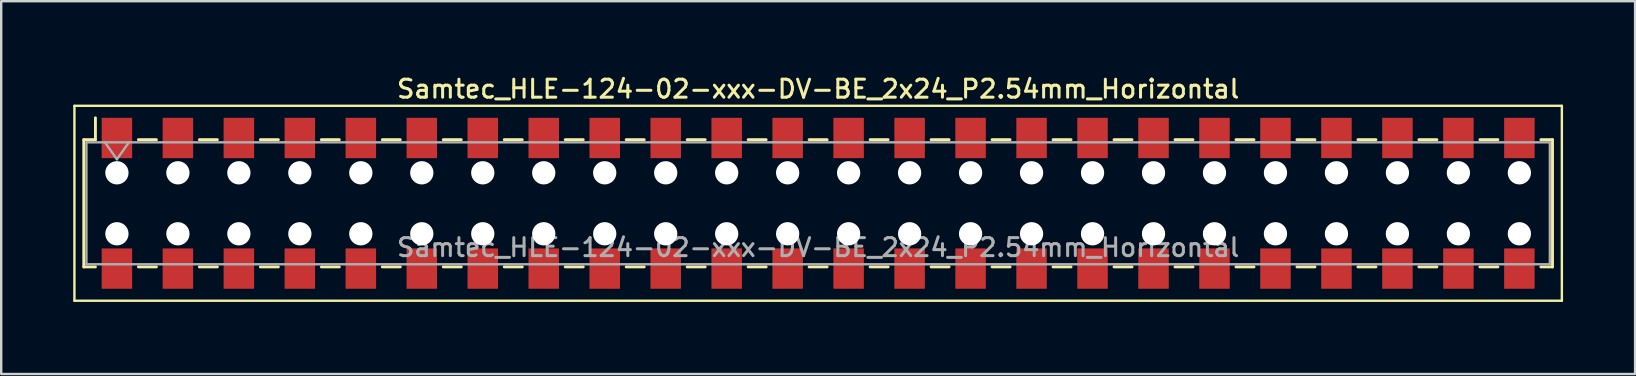
<source format=kicad_pcb>
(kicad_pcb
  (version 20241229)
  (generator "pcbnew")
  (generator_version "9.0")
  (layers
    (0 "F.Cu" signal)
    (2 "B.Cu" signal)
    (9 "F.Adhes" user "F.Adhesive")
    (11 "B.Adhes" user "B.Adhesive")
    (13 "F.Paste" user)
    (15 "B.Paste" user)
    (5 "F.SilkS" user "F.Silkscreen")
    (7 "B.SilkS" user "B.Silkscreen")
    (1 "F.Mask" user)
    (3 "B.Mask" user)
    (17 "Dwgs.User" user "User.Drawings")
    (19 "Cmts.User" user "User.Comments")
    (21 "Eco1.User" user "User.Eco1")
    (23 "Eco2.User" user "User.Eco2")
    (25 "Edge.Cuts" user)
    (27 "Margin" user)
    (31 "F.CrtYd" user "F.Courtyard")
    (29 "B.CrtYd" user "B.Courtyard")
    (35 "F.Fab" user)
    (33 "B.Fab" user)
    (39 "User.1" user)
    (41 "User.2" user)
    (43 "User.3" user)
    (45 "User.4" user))
  (footprint "Samtec_HLE-124-02-xxx-DV-BE_2x24_P2.54mm_Horizontal"
    (layer "F.Cu")
    (at 31.03 5.418)
    (property "Reference" "Samtec_HLE-124-02-xxx-DV-BE_2x24_P2.54mm_Horizontal" (at 0 -4.76 0) (layer "F.SilkS") (effects (font (size 0.75 0.75) (thickness 0.125))))
    (attr smd)
    (fp_line (start -30.98 -4.06) (end 30.98 -4.06) (stroke (width 0.1) (type solid)) (layer "F.SilkS"))
    (fp_line (start -30.98 4.06) (end -30.98 -4.06) (stroke (width 0.1) (type solid)) (layer "F.SilkS"))
    (fp_line (start -30.59 -2.65) (end -30.59 2.65) (stroke (width 0.12) (type solid)) (layer "F.SilkS"))
    (fp_line (start -30.59 2.65) (end -30.105 2.65) (stroke (width 0.12) (type solid)) (layer "F.SilkS"))
    (fp_line (start -30.105 -3.56) (end -30.105 -2.65) (stroke (width 0.12) (type solid)) (layer "F.SilkS"))
    (fp_line (start -30.105 -2.65) (end -30.59 -2.65) (stroke (width 0.12) (type solid)) (layer "F.SilkS"))
    (fp_line (start -28.315 -2.65) (end -27.565 -2.65) (stroke (width 0.12) (type solid)) (layer "F.SilkS"))
    (fp_line (start -28.315 2.65) (end -27.565 2.65) (stroke (width 0.12) (type solid)) (layer "F.SilkS"))
    (fp_line (start -25.775 -2.65) (end -25.025 -2.65) (stroke (width 0.12) (type solid)) (layer "F.SilkS"))
    (fp_line (start -25.775 2.65) (end -25.025 2.65) (stroke (width 0.12) (type solid)) (layer "F.SilkS"))
    (fp_line (start -23.235 -2.65) (end -22.485 -2.65) (stroke (width 0.12) (type solid)) (layer "F.SilkS"))
    (fp_line (start -23.235 2.65) (end -22.485 2.65) (stroke (width 0.12) (type solid)) (layer "F.SilkS"))
    (fp_line (start -20.695 -2.65) (end -19.945 -2.65) (stroke (width 0.12) (type solid)) (layer "F.SilkS"))
    (fp_line (start -20.695 2.65) (end -19.945 2.65) (stroke (width 0.12) (type solid)) (layer "F.SilkS"))
    (fp_line (start -18.155 -2.65) (end -17.405 -2.65) (stroke (width 0.12) (type solid)) (layer "F.SilkS"))
    (fp_line (start -18.155 2.65) (end -17.405 2.65) (stroke (width 0.12) (type solid)) (layer "F.SilkS"))
    (fp_line (start -15.615 -2.65) (end -14.865 -2.65) (stroke (width 0.12) (type solid)) (layer "F.SilkS"))
    (fp_line (start -15.615 2.65) (end -14.865 2.65) (stroke (width 0.12) (type solid)) (layer "F.SilkS"))
    (fp_line (start -13.075 -2.65) (end -12.325 -2.65) (stroke (width 0.12) (type solid)) (layer "F.SilkS"))
    (fp_line (start -13.075 2.65) (end -12.325 2.65) (stroke (width 0.12) (type solid)) (layer "F.SilkS"))
    (fp_line (start -10.535 -2.65) (end -9.785 -2.65) (stroke (width 0.12) (type solid)) (layer "F.SilkS"))
    (fp_line (start -10.535 2.65) (end -9.785 2.65) (stroke (width 0.12) (type solid)) (layer "F.SilkS"))
    (fp_line (start -7.995 -2.65) (end -7.245 -2.65) (stroke (width 0.12) (type solid)) (layer "F.SilkS"))
    (fp_line (start -7.995 2.65) (end -7.245 2.65) (stroke (width 0.12) (type solid)) (layer "F.SilkS"))
    (fp_line (start -5.455 -2.65) (end -4.705 -2.65) (stroke (width 0.12) (type solid)) (layer "F.SilkS"))
    (fp_line (start -5.455 2.65) (end -4.705 2.65) (stroke (width 0.12) (type solid)) (layer "F.SilkS"))
    (fp_line (start -2.915 -2.65) (end -2.165 -2.65) (stroke (width 0.12) (type solid)) (layer "F.SilkS"))
    (fp_line (start -2.915 2.65) (end -2.165 2.65) (stroke (width 0.12) (type solid)) (layer "F.SilkS"))
    (fp_line (start -0.375 -2.65) (end 0.375 -2.65) (stroke (width 0.12) (type solid)) (layer "F.SilkS"))
    (fp_line (start -0.375 2.65) (end 0.375 2.65) (stroke (width 0.12) (type solid)) (layer "F.SilkS"))
    (fp_line (start 2.165 -2.65) (end 2.915 -2.65) (stroke (width 0.12) (type solid)) (layer "F.SilkS"))
    (fp_line (start 2.165 2.65) (end 2.915 2.65) (stroke (width 0.12) (type solid)) (layer "F.SilkS"))
    (fp_line (start 4.705 -2.65) (end 5.455 -2.65) (stroke (width 0.12) (type solid)) (layer "F.SilkS"))
    (fp_line (start 4.705 2.65) (end 5.455 2.65) (stroke (width 0.12) (type solid)) (layer "F.SilkS"))
    (fp_line (start 7.245 -2.65) (end 7.995 -2.65) (stroke (width 0.12) (type solid)) (layer "F.SilkS"))
    (fp_line (start 7.245 2.65) (end 7.995 2.65) (stroke (width 0.12) (type solid)) (layer "F.SilkS"))
    (fp_line (start 9.785 -2.65) (end 10.535 -2.65) (stroke (width 0.12) (type solid)) (layer "F.SilkS"))
    (fp_line (start 9.785 2.65) (end 10.535 2.65) (stroke (width 0.12) (type solid)) (layer "F.SilkS"))
    (fp_line (start 12.325 -2.65) (end 13.075 -2.65) (stroke (width 0.12) (type solid)) (layer "F.SilkS"))
    (fp_line (start 12.325 2.65) (end 13.075 2.65) (stroke (width 0.12) (type solid)) (layer "F.SilkS"))
    (fp_line (start 14.865 -2.65) (end 15.615 -2.65) (stroke (width 0.12) (type solid)) (layer "F.SilkS"))
    (fp_line (start 14.865 2.65) (end 15.615 2.65) (stroke (width 0.12) (type solid)) (layer "F.SilkS"))
    (fp_line (start 17.405 -2.65) (end 18.155 -2.65) (stroke (width 0.12) (type solid)) (layer "F.SilkS"))
    (fp_line (start 17.405 2.65) (end 18.155 2.65) (stroke (width 0.12) (type solid)) (layer "F.SilkS"))
    (fp_line (start 19.945 -2.65) (end 20.695 -2.65) (stroke (width 0.12) (type solid)) (layer "F.SilkS"))
    (fp_line (start 19.945 2.65) (end 20.695 2.65) (stroke (width 0.12) (type solid)) (layer "F.SilkS"))
    (fp_line (start 22.485 -2.65) (end 23.235 -2.65) (stroke (width 0.12) (type solid)) (layer "F.SilkS"))
    (fp_line (start 22.485 2.65) (end 23.235 2.65) (stroke (width 0.12) (type solid)) (layer "F.SilkS"))
    (fp_line (start 25.025 -2.65) (end 25.775 -2.65) (stroke (width 0.12) (type solid)) (layer "F.SilkS"))
    (fp_line (start 25.025 2.65) (end 25.775 2.65) (stroke (width 0.12) (type solid)) (layer "F.SilkS"))
    (fp_line (start 27.565 -2.65) (end 28.315 -2.65) (stroke (width 0.12) (type solid)) (layer "F.SilkS"))
    (fp_line (start 27.565 2.65) (end 28.315 2.65) (stroke (width 0.12) (type solid)) (layer "F.SilkS"))
    (fp_line (start 30.105 -2.65) (end 30.59 -2.65) (stroke (width 0.12) (type solid)) (layer "F.SilkS"))
    (fp_line (start 30.59 -2.65) (end 30.59 2.65) (stroke (width 0.12) (type solid)) (layer "F.SilkS"))
    (fp_line (start 30.59 2.65) (end 30.105 2.65) (stroke (width 0.12) (type solid)) (layer "F.SilkS"))
    (fp_line (start 30.98 -4.06) (end 30.98 4.06) (stroke (width 0.1) (type solid)) (layer "F.SilkS"))
    (fp_line (start 30.98 4.06) (end -30.98 4.06) (stroke (width 0.1) (type solid)) (layer "F.SilkS"))
    (fp_line (start -30.48 -2.54) (end 30.48 -2.54) (stroke (width 0.1) (type solid)) (layer "F.Fab"))
    (fp_line (start -30.48 2.54) (end -30.48 -2.54) (stroke (width 0.1) (type solid)) (layer "F.Fab"))
    (fp_line (start -29.71 -2.54) (end -29.21 -1.833) (stroke (width 0.1) (type solid)) (layer "F.Fab"))
    (fp_line (start -29.21 -1.833) (end -28.71 -2.54) (stroke (width 0.1) (type solid)) (layer "F.Fab"))
    (fp_line (start 30.48 -2.54) (end 30.48 2.54) (stroke (width 0.1) (type solid)) (layer "F.Fab"))
    (fp_line (start 30.48 2.54) (end -30.48 2.54) (stroke (width 0.1) (type solid)) (layer "F.Fab"))
    (fp_text user "${REFERENCE}" (at 0 1.84 0) (layer "F.Fab") (effects (font (size 0.75 0.75) (thickness 0.125))))
    (pad "" np_thru_hole circle (at -29.21 -1.27) (size 0.97 0.97) (drill 0.97) (layers "*.Cu" "*.Mask"))
    (pad "" np_thru_hole circle (at -29.21 1.27) (size 0.97 0.97) (drill 0.97) (layers "*.Cu" "*.Mask"))
    (pad "" np_thru_hole circle (at -26.67 -1.27) (size 0.97 0.97) (drill 0.97) (layers "*.Cu" "*.Mask"))
    (pad "" np_thru_hole circle (at -26.67 1.27) (size 0.97 0.97) (drill 0.97) (layers "*.Cu" "*.Mask"))
    (pad "" np_thru_hole circle (at -24.13 -1.27) (size 0.97 0.97) (drill 0.97) (layers "*.Cu" "*.Mask"))
    (pad "" np_thru_hole circle (at -24.13 1.27) (size 0.97 0.97) (drill 0.97) (layers "*.Cu" "*.Mask"))
    (pad "" np_thru_hole circle (at -21.59 -1.27) (size 0.97 0.97) (drill 0.97) (layers "*.Cu" "*.Mask"))
    (pad "" np_thru_hole circle (at -21.59 1.27) (size 0.97 0.97) (drill 0.97) (layers "*.Cu" "*.Mask"))
    (pad "" np_thru_hole circle (at -19.05 -1.27) (size 0.97 0.97) (drill 0.97) (layers "*.Cu" "*.Mask"))
    (pad "" np_thru_hole circle (at -19.05 1.27) (size 0.97 0.97) (drill 0.97) (layers "*.Cu" "*.Mask"))
    (pad "" np_thru_hole circle (at -16.51 -1.27) (size 0.97 0.97) (drill 0.97) (layers "*.Cu" "*.Mask"))
    (pad "" np_thru_hole circle (at -16.51 1.27) (size 0.97 0.97) (drill 0.97) (layers "*.Cu" "*.Mask"))
    (pad "" np_thru_hole circle (at -13.97 -1.27) (size 0.97 0.97) (drill 0.97) (layers "*.Cu" "*.Mask"))
    (pad "" np_thru_hole circle (at -13.97 1.27) (size 0.97 0.97) (drill 0.97) (layers "*.Cu" "*.Mask"))
    (pad "" np_thru_hole circle (at -11.43 -1.27) (size 0.97 0.97) (drill 0.97) (layers "*.Cu" "*.Mask"))
    (pad "" np_thru_hole circle (at -11.43 1.27) (size 0.97 0.97) (drill 0.97) (layers "*.Cu" "*.Mask"))
    (pad "" np_thru_hole circle (at -8.89 -1.27) (size 0.97 0.97) (drill 0.97) (layers "*.Cu" "*.Mask"))
    (pad "" np_thru_hole circle (at -8.89 1.27) (size 0.97 0.97) (drill 0.97) (layers "*.Cu" "*.Mask"))
    (pad "" np_thru_hole circle (at -6.35 -1.27) (size 0.97 0.97) (drill 0.97) (layers "*.Cu" "*.Mask"))
    (pad "" np_thru_hole circle (at -6.35 1.27) (size 0.97 0.97) (drill 0.97) (layers "*.Cu" "*.Mask"))
    (pad "" np_thru_hole circle (at -3.81 -1.27) (size 0.97 0.97) (drill 0.97) (layers "*.Cu" "*.Mask"))
    (pad "" np_thru_hole circle (at -3.81 1.27) (size 0.97 0.97) (drill 0.97) (layers "*.Cu" "*.Mask"))
    (pad "" np_thru_hole circle (at -1.27 -1.27) (size 0.97 0.97) (drill 0.97) (layers "*.Cu" "*.Mask"))
    (pad "" np_thru_hole circle (at -1.27 1.27) (size 0.97 0.97) (drill 0.97) (layers "*.Cu" "*.Mask"))
    (pad "" np_thru_hole circle (at 1.27 -1.27) (size 0.97 0.97) (drill 0.97) (layers "*.Cu" "*.Mask"))
    (pad "" np_thru_hole circle (at 1.27 1.27) (size 0.97 0.97) (drill 0.97) (layers "*.Cu" "*.Mask"))
    (pad "" np_thru_hole circle (at 3.81 -1.27) (size 0.97 0.97) (drill 0.97) (layers "*.Cu" "*.Mask"))
    (pad "" np_thru_hole circle (at 3.81 1.27) (size 0.97 0.97) (drill 0.97) (layers "*.Cu" "*.Mask"))
    (pad "" np_thru_hole circle (at 6.35 -1.27) (size 0.97 0.97) (drill 0.97) (layers "*.Cu" "*.Mask"))
    (pad "" np_thru_hole circle (at 6.35 1.27) (size 0.97 0.97) (drill 0.97) (layers "*.Cu" "*.Mask"))
    (pad "" np_thru_hole circle (at 8.89 -1.27) (size 0.97 0.97) (drill 0.97) (layers "*.Cu" "*.Mask"))
    (pad "" np_thru_hole circle (at 8.89 1.27) (size 0.97 0.97) (drill 0.97) (layers "*.Cu" "*.Mask"))
    (pad "" np_thru_hole circle (at 11.43 -1.27) (size 0.97 0.97) (drill 0.97) (layers "*.Cu" "*.Mask"))
    (pad "" np_thru_hole circle (at 11.43 1.27) (size 0.97 0.97) (drill 0.97) (layers "*.Cu" "*.Mask"))
    (pad "" np_thru_hole circle (at 13.97 -1.27) (size 0.97 0.97) (drill 0.97) (layers "*.Cu" "*.Mask"))
    (pad "" np_thru_hole circle (at 13.97 1.27) (size 0.97 0.97) (drill 0.97) (layers "*.Cu" "*.Mask"))
    (pad "" np_thru_hole circle (at 16.51 -1.27) (size 0.97 0.97) (drill 0.97) (layers "*.Cu" "*.Mask"))
    (pad "" np_thru_hole circle (at 16.51 1.27) (size 0.97 0.97) (drill 0.97) (layers "*.Cu" "*.Mask"))
    (pad "" np_thru_hole circle (at 19.05 -1.27) (size 0.97 0.97) (drill 0.97) (layers "*.Cu" "*.Mask"))
    (pad "" np_thru_hole circle (at 19.05 1.27) (size 0.97 0.97) (drill 0.97) (layers "*.Cu" "*.Mask"))
    (pad "" np_thru_hole circle (at 21.59 -1.27) (size 0.97 0.97) (drill 0.97) (layers "*.Cu" "*.Mask"))
    (pad "" np_thru_hole circle (at 21.59 1.27) (size 0.97 0.97) (drill 0.97) (layers "*.Cu" "*.Mask"))
    (pad "" np_thru_hole circle (at 24.13 -1.27) (size 0.97 0.97) (drill 0.97) (layers "*.Cu" "*.Mask"))
    (pad "" np_thru_hole circle (at 24.13 1.27) (size 0.97 0.97) (drill 0.97) (layers "*.Cu" "*.Mask"))
    (pad "" np_thru_hole circle (at 26.67 -1.27) (size 0.97 0.97) (drill 0.97) (layers "*.Cu" "*.Mask"))
    (pad "" np_thru_hole circle (at 26.67 1.27) (size 0.97 0.97) (drill 0.97) (layers "*.Cu" "*.Mask"))
    (pad "" np_thru_hole circle (at 29.21 -1.27) (size 0.97 0.97) (drill 0.97) (layers "*.Cu" "*.Mask"))
    (pad "" np_thru_hole circle (at 29.21 1.27) (size 0.97 0.97) (drill 0.97) (layers "*.Cu" "*.Mask"))
    (pad "1" smd rect (at -29.21 -2.72) (size 1.27 1.68) (layers "F.Cu" "F.Mask" "F.Paste"))
    (pad "2" smd rect (at -29.21 2.72) (size 1.27 1.68) (layers "F.Cu" "F.Mask" "F.Paste"))
    (pad "3" smd rect (at -26.67 -2.72) (size 1.27 1.68) (layers "F.Cu" "F.Mask" "F.Paste"))
    (pad "4" smd rect (at -26.67 2.72) (size 1.27 1.68) (layers "F.Cu" "F.Mask" "F.Paste"))
    (pad "5" smd rect (at -24.13 -2.72) (size 1.27 1.68) (layers "F.Cu" "F.Mask" "F.Paste"))
    (pad "6" smd rect (at -24.13 2.72) (size 1.27 1.68) (layers "F.Cu" "F.Mask" "F.Paste"))
    (pad "7" smd rect (at -21.59 -2.72) (size 1.27 1.68) (layers "F.Cu" "F.Mask" "F.Paste"))
    (pad "8" smd rect (at -21.59 2.72) (size 1.27 1.68) (layers "F.Cu" "F.Mask" "F.Paste"))
    (pad "9" smd rect (at -19.05 -2.72) (size 1.27 1.68) (layers "F.Cu" "F.Mask" "F.Paste"))
    (pad "10" smd rect (at -19.05 2.72) (size 1.27 1.68) (layers "F.Cu" "F.Mask" "F.Paste"))
    (pad "11" smd rect (at -16.51 -2.72) (size 1.27 1.68) (layers "F.Cu" "F.Mask" "F.Paste"))
    (pad "12" smd rect (at -16.51 2.72) (size 1.27 1.68) (layers "F.Cu" "F.Mask" "F.Paste"))
    (pad "13" smd rect (at -13.97 -2.72) (size 1.27 1.68) (layers "F.Cu" "F.Mask" "F.Paste"))
    (pad "14" smd rect (at -13.97 2.72) (size 1.27 1.68) (layers "F.Cu" "F.Mask" "F.Paste"))
    (pad "15" smd rect (at -11.43 -2.72) (size 1.27 1.68) (layers "F.Cu" "F.Mask" "F.Paste"))
    (pad "16" smd rect (at -11.43 2.72) (size 1.27 1.68) (layers "F.Cu" "F.Mask" "F.Paste"))
    (pad "17" smd rect (at -8.89 -2.72) (size 1.27 1.68) (layers "F.Cu" "F.Mask" "F.Paste"))
    (pad "18" smd rect (at -8.89 2.72) (size 1.27 1.68) (layers "F.Cu" "F.Mask" "F.Paste"))
    (pad "19" smd rect (at -6.35 -2.72) (size 1.27 1.68) (layers "F.Cu" "F.Mask" "F.Paste"))
    (pad "20" smd rect (at -6.35 2.72) (size 1.27 1.68) (layers "F.Cu" "F.Mask" "F.Paste"))
    (pad "21" smd rect (at -3.81 -2.72) (size 1.27 1.68) (layers "F.Cu" "F.Mask" "F.Paste"))
    (pad "22" smd rect (at -3.81 2.72) (size 1.27 1.68) (layers "F.Cu" "F.Mask" "F.Paste"))
    (pad "23" smd rect (at -1.27 -2.72) (size 1.27 1.68) (layers "F.Cu" "F.Mask" "F.Paste"))
    (pad "24" smd rect (at -1.27 2.72) (size 1.27 1.68) (layers "F.Cu" "F.Mask" "F.Paste"))
    (pad "25" smd rect (at 1.27 -2.72) (size 1.27 1.68) (layers "F.Cu" "F.Mask" "F.Paste"))
    (pad "26" smd rect (at 1.27 2.72) (size 1.27 1.68) (layers "F.Cu" "F.Mask" "F.Paste"))
    (pad "27" smd rect (at 3.81 -2.72) (size 1.27 1.68) (layers "F.Cu" "F.Mask" "F.Paste"))
    (pad "28" smd rect (at 3.81 2.72) (size 1.27 1.68) (layers "F.Cu" "F.Mask" "F.Paste"))
    (pad "29" smd rect (at 6.35 -2.72) (size 1.27 1.68) (layers "F.Cu" "F.Mask" "F.Paste"))
    (pad "30" smd rect (at 6.35 2.72) (size 1.27 1.68) (layers "F.Cu" "F.Mask" "F.Paste"))
    (pad "31" smd rect (at 8.89 -2.72) (size 1.27 1.68) (layers "F.Cu" "F.Mask" "F.Paste"))
    (pad "32" smd rect (at 8.89 2.72) (size 1.27 1.68) (layers "F.Cu" "F.Mask" "F.Paste"))
    (pad "33" smd rect (at 11.43 -2.72) (size 1.27 1.68) (layers "F.Cu" "F.Mask" "F.Paste"))
    (pad "34" smd rect (at 11.43 2.72) (size 1.27 1.68) (layers "F.Cu" "F.Mask" "F.Paste"))
    (pad "35" smd rect (at 13.97 -2.72) (size 1.27 1.68) (layers "F.Cu" "F.Mask" "F.Paste"))
    (pad "36" smd rect (at 13.97 2.72) (size 1.27 1.68) (layers "F.Cu" "F.Mask" "F.Paste"))
    (pad "37" smd rect (at 16.51 -2.72) (size 1.27 1.68) (layers "F.Cu" "F.Mask" "F.Paste"))
    (pad "38" smd rect (at 16.51 2.72) (size 1.27 1.68) (layers "F.Cu" "F.Mask" "F.Paste"))
    (pad "39" smd rect (at 19.05 -2.72) (size 1.27 1.68) (layers "F.Cu" "F.Mask" "F.Paste"))
    (pad "40" smd rect (at 19.05 2.72) (size 1.27 1.68) (layers "F.Cu" "F.Mask" "F.Paste"))
    (pad "41" smd rect (at 21.59 -2.72) (size 1.27 1.68) (layers "F.Cu" "F.Mask" "F.Paste"))
    (pad "42" smd rect (at 21.59 2.72) (size 1.27 1.68) (layers "F.Cu" "F.Mask" "F.Paste"))
    (pad "43" smd rect (at 24.13 -2.72) (size 1.27 1.68) (layers "F.Cu" "F.Mask" "F.Paste"))
    (pad "44" smd rect (at 24.13 2.72) (size 1.27 1.68) (layers "F.Cu" "F.Mask" "F.Paste"))
    (pad "45" smd rect (at 26.67 -2.72) (size 1.27 1.68) (layers "F.Cu" "F.Mask" "F.Paste"))
    (pad "46" smd rect (at 26.67 2.72) (size 1.27 1.68) (layers "F.Cu" "F.Mask" "F.Paste"))
    (pad "47" smd rect (at 29.21 -2.72) (size 1.27 1.68) (layers "F.Cu" "F.Mask" "F.Paste"))
    (pad "48" smd rect (at 29.21 2.72) (size 1.27 1.68) (layers "F.Cu" "F.Mask" "F.Paste")))
  (gr_rect
    (start -3 -3)
    (end 65.06 12.528)
    (stroke (width 0.1) (type default))
    (fill no)
    (layer "Edge.Cuts")))
</source>
